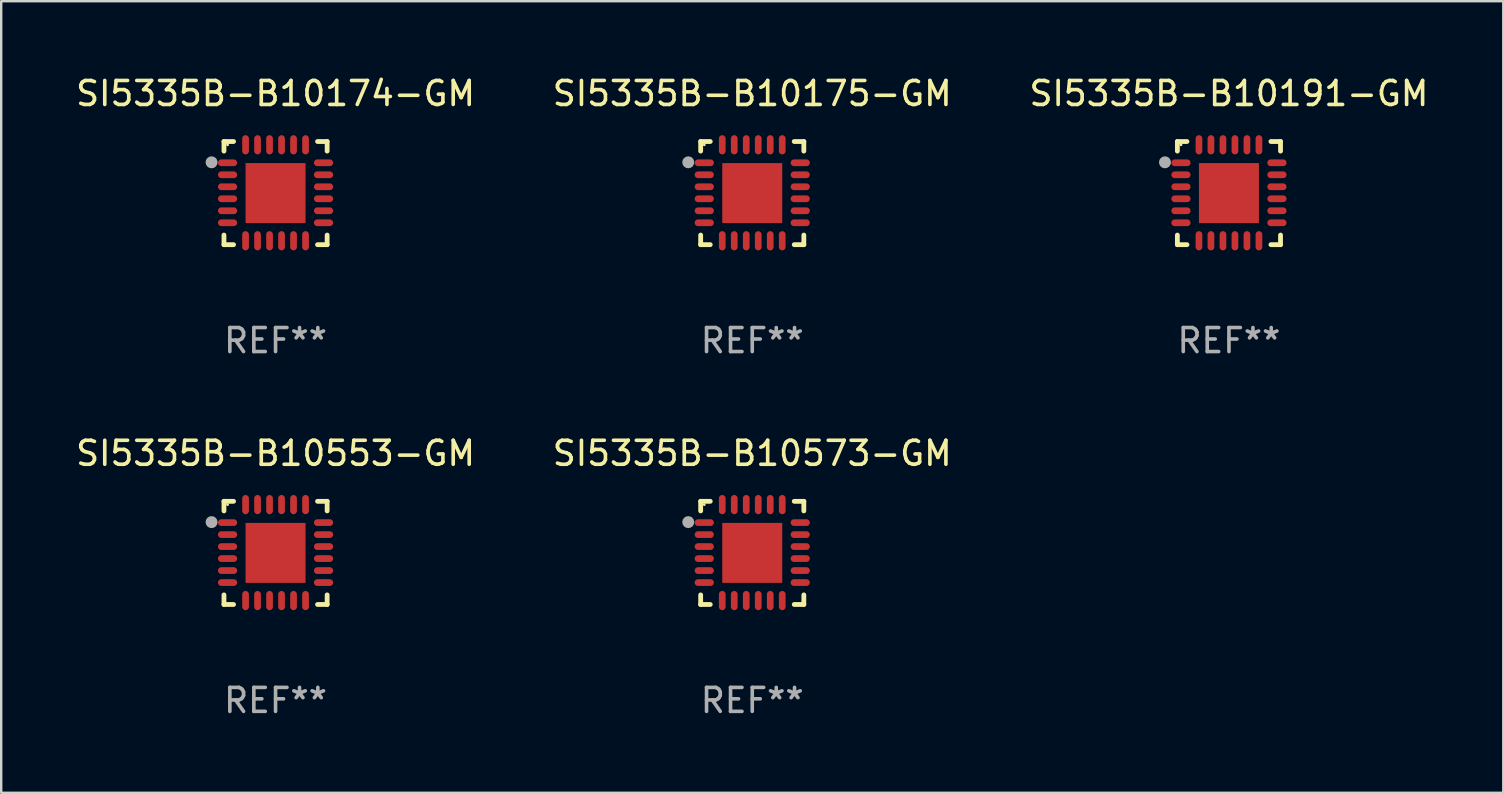
<source format=kicad_pcb>
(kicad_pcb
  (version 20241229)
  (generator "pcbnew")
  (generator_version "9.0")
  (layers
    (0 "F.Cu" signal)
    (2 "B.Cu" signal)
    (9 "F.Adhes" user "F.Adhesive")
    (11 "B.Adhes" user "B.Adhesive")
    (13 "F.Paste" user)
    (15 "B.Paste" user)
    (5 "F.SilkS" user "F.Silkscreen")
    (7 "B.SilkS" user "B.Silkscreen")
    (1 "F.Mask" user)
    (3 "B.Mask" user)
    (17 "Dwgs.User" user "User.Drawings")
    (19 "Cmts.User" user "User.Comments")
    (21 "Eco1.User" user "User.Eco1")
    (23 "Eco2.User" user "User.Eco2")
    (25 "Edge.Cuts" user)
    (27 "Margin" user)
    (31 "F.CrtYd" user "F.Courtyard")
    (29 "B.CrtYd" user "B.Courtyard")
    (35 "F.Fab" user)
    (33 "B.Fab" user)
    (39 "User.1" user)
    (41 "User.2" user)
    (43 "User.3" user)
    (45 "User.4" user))
  (footprint "SI5335B-B10191-GM"
    (layer "F.Cu")
    (at 48.173 4.998)
    (property "Reference" "SI5335B-B10191-GM" (at 0 -4.15 0) (layer "F.SilkS") (effects (font (size 1 1) (thickness 0.15))))
    (attr through_hole)
    (fp_line (start -2.15 -2.15) (end -1.75 -2.15) (stroke (width 0.2) (type solid)) (layer "F.SilkS"))
    (fp_line (start -2.15 -1.75) (end -2.15 -2.15) (stroke (width 0.2) (type solid)) (layer "F.SilkS"))
    (fp_line (start -2.15 2.15) (end -2.15 1.75) (stroke (width 0.2) (type solid)) (layer "F.SilkS"))
    (fp_line (start -1.75 2.15) (end -2.15 2.15) (stroke (width 0.2) (type solid)) (layer "F.SilkS"))
    (fp_line (start 1.75 -2.15) (end 2.15 -2.15) (stroke (width 0.2) (type solid)) (layer "F.SilkS"))
    (fp_line (start 1.75 2.15) (end 2.15 2.15) (stroke (width 0.2) (type solid)) (layer "F.SilkS"))
    (fp_line (start 2.15 -2.15) (end 2.15 -1.75) (stroke (width 0.2) (type solid)) (layer "F.SilkS"))
    (fp_line (start 2.15 2.15) (end 2.15 1.75) (stroke (width 0.2) (type solid)) (layer "F.SilkS"))
    (fp_circle (center -2 -2.013) (end -1.97 -2.013) (stroke (width 0.06) (type solid)) (fill no) (layer "F.SilkS"))
    (fp_circle (center -2.667 -1.283) (end -2.542 -1.283) (stroke (width 0.25) (type solid)) (fill no) (layer "F.Fab"))
    (fp_text user "REF**" (at 0 6.15 0) (layer "F.Fab") (effects (font (size 1 1) (thickness 0.15))))
    (pad "1" smd oval (at -2 -1.263) (size 0.8 0.28) (layers "F.Cu" "F.Mask" "F.Paste"))
    (pad "2" smd oval (at -2 -0.763) (size 0.8 0.28) (layers "F.Cu" "F.Mask" "F.Paste"))
    (pad "3" smd oval (at -2 -0.263) (size 0.8 0.28) (layers "F.Cu" "F.Mask" "F.Paste"))
    (pad "4" smd oval (at -2 0.237) (size 0.8 0.28) (layers "F.Cu" "F.Mask" "F.Paste"))
    (pad "5" smd oval (at -2 0.737) (size 0.8 0.28) (layers "F.Cu" "F.Mask" "F.Paste"))
    (pad "6" smd oval (at -2 1.237) (size 0.8 0.28) (layers "F.Cu" "F.Mask" "F.Paste"))
    (pad "7" smd oval (at -1.25 1.987) (size 0.28 0.8) (layers "F.Cu" "F.Mask" "F.Paste"))
    (pad "8" smd oval (at -0.75 1.987) (size 0.28 0.8) (layers "F.Cu" "F.Mask" "F.Paste"))
    (pad "9" smd oval (at -0.25 1.987) (size 0.28 0.8) (layers "F.Cu" "F.Mask" "F.Paste"))
    (pad "10" smd oval (at 0.25 1.987) (size 0.28 0.8) (layers "F.Cu" "F.Mask" "F.Paste"))
    (pad "11" smd oval (at 0.75 1.987) (size 0.28 0.8) (layers "F.Cu" "F.Mask" "F.Paste"))
    (pad "12" smd oval (at 1.25 1.987) (size 0.28 0.8) (layers "F.Cu" "F.Mask" "F.Paste"))
    (pad "13" smd oval (at 2 1.237) (size 0.8 0.28) (layers "F.Cu" "F.Mask" "F.Paste"))
    (pad "14" smd oval (at 2 0.737) (size 0.8 0.28) (layers "F.Cu" "F.Mask" "F.Paste"))
    (pad "15" smd oval (at 2 0.237) (size 0.8 0.28) (layers "F.Cu" "F.Mask" "F.Paste"))
    (pad "16" smd oval (at 2 -0.263) (size 0.8 0.28) (layers "F.Cu" "F.Mask" "F.Paste"))
    (pad "17" smd oval (at 2 -0.763) (size 0.8 0.28) (layers "F.Cu" "F.Mask" "F.Paste"))
    (pad "18" smd oval (at 2 -1.263) (size 0.8 0.28) (layers "F.Cu" "F.Mask" "F.Paste"))
    (pad "19" smd oval (at 1.25 -2.013) (size 0.28 0.8) (layers "F.Cu" "F.Mask" "F.Paste"))
    (pad "20" smd oval (at 0.75 -2.013) (size 0.28 0.8) (layers "F.Cu" "F.Mask" "F.Paste"))
    (pad "21" smd oval (at 0.25 -2.013) (size 0.28 0.8) (layers "F.Cu" "F.Mask" "F.Paste"))
    (pad "22" smd oval (at -0.25 -2.013) (size 0.28 0.8) (layers "F.Cu" "F.Mask" "F.Paste"))
    (pad "23" smd oval (at -0.75 -2.013) (size 0.28 0.8) (layers "F.Cu" "F.Mask" "F.Paste"))
    (pad "24" smd oval (at -1.25 -2.013) (size 0.28 0.8) (layers "F.Cu" "F.Mask" "F.Paste"))
    (pad "25" smd rect (at -0.000127 -0.00014) (size 2.5 2.5) (layers "F.Cu" "F.Mask" "F.Paste")))
  (footprint "SI5335B-B10175-GM"
    (layer "F.Cu")
    (at 28.304 4.998)
    (property "Reference" "SI5335B-B10175-GM" (at 0 -4.15 0) (layer "F.SilkS") (effects (font (size 1 1) (thickness 0.15))))
    (attr through_hole)
    (fp_line (start -2.15 -2.15) (end -1.75 -2.15) (stroke (width 0.2) (type solid)) (layer "F.SilkS"))
    (fp_line (start -2.15 -1.75) (end -2.15 -2.15) (stroke (width 0.2) (type solid)) (layer "F.SilkS"))
    (fp_line (start -2.15 2.15) (end -2.15 1.75) (stroke (width 0.2) (type solid)) (layer "F.SilkS"))
    (fp_line (start -1.75 2.15) (end -2.15 2.15) (stroke (width 0.2) (type solid)) (layer "F.SilkS"))
    (fp_line (start 1.75 -2.15) (end 2.15 -2.15) (stroke (width 0.2) (type solid)) (layer "F.SilkS"))
    (fp_line (start 1.75 2.15) (end 2.15 2.15) (stroke (width 0.2) (type solid)) (layer "F.SilkS"))
    (fp_line (start 2.15 -2.15) (end 2.15 -1.75) (stroke (width 0.2) (type solid)) (layer "F.SilkS"))
    (fp_line (start 2.15 2.15) (end 2.15 1.75) (stroke (width 0.2) (type solid)) (layer "F.SilkS"))
    (fp_circle (center -2 -2.013) (end -1.97 -2.013) (stroke (width 0.06) (type solid)) (fill no) (layer "F.SilkS"))
    (fp_circle (center -2.667 -1.283) (end -2.542 -1.283) (stroke (width 0.25) (type solid)) (fill no) (layer "F.Fab"))
    (fp_text user "REF**" (at 0 6.15 0) (layer "F.Fab") (effects (font (size 1 1) (thickness 0.15))))
    (pad "1" smd oval (at -2 -1.263) (size 0.8 0.28) (layers "F.Cu" "F.Mask" "F.Paste"))
    (pad "2" smd oval (at -2 -0.763) (size 0.8 0.28) (layers "F.Cu" "F.Mask" "F.Paste"))
    (pad "3" smd oval (at -2 -0.263) (size 0.8 0.28) (layers "F.Cu" "F.Mask" "F.Paste"))
    (pad "4" smd oval (at -2 0.237) (size 0.8 0.28) (layers "F.Cu" "F.Mask" "F.Paste"))
    (pad "5" smd oval (at -2 0.737) (size 0.8 0.28) (layers "F.Cu" "F.Mask" "F.Paste"))
    (pad "6" smd oval (at -2 1.237) (size 0.8 0.28) (layers "F.Cu" "F.Mask" "F.Paste"))
    (pad "7" smd oval (at -1.25 1.987) (size 0.28 0.8) (layers "F.Cu" "F.Mask" "F.Paste"))
    (pad "8" smd oval (at -0.75 1.987) (size 0.28 0.8) (layers "F.Cu" "F.Mask" "F.Paste"))
    (pad "9" smd oval (at -0.25 1.987) (size 0.28 0.8) (layers "F.Cu" "F.Mask" "F.Paste"))
    (pad "10" smd oval (at 0.25 1.987) (size 0.28 0.8) (layers "F.Cu" "F.Mask" "F.Paste"))
    (pad "11" smd oval (at 0.75 1.987) (size 0.28 0.8) (layers "F.Cu" "F.Mask" "F.Paste"))
    (pad "12" smd oval (at 1.25 1.987) (size 0.28 0.8) (layers "F.Cu" "F.Mask" "F.Paste"))
    (pad "13" smd oval (at 2 1.237) (size 0.8 0.28) (layers "F.Cu" "F.Mask" "F.Paste"))
    (pad "14" smd oval (at 2 0.737) (size 0.8 0.28) (layers "F.Cu" "F.Mask" "F.Paste"))
    (pad "15" smd oval (at 2 0.237) (size 0.8 0.28) (layers "F.Cu" "F.Mask" "F.Paste"))
    (pad "16" smd oval (at 2 -0.263) (size 0.8 0.28) (layers "F.Cu" "F.Mask" "F.Paste"))
    (pad "17" smd oval (at 2 -0.763) (size 0.8 0.28) (layers "F.Cu" "F.Mask" "F.Paste"))
    (pad "18" smd oval (at 2 -1.263) (size 0.8 0.28) (layers "F.Cu" "F.Mask" "F.Paste"))
    (pad "19" smd oval (at 1.25 -2.013) (size 0.28 0.8) (layers "F.Cu" "F.Mask" "F.Paste"))
    (pad "20" smd oval (at 0.75 -2.013) (size 0.28 0.8) (layers "F.Cu" "F.Mask" "F.Paste"))
    (pad "21" smd oval (at 0.25 -2.013) (size 0.28 0.8) (layers "F.Cu" "F.Mask" "F.Paste"))
    (pad "22" smd oval (at -0.25 -2.013) (size 0.28 0.8) (layers "F.Cu" "F.Mask" "F.Paste"))
    (pad "23" smd oval (at -0.75 -2.013) (size 0.28 0.8) (layers "F.Cu" "F.Mask" "F.Paste"))
    (pad "24" smd oval (at -1.25 -2.013) (size 0.28 0.8) (layers "F.Cu" "F.Mask" "F.Paste"))
    (pad "25" smd rect (at -0.000127 -0.00014) (size 2.5 2.5) (layers "F.Cu" "F.Mask" "F.Paste")))
  (footprint "SI5335B-B10174-GM"
    (layer "F.Cu")
    (at 8.435 4.998)
    (property "Reference" "SI5335B-B10174-GM" (at 0 -4.15 0) (layer "F.SilkS") (effects (font (size 1 1) (thickness 0.15))))
    (attr through_hole)
    (fp_line (start -2.15 -2.15) (end -1.75 -2.15) (stroke (width 0.2) (type solid)) (layer "F.SilkS"))
    (fp_line (start -2.15 -1.75) (end -2.15 -2.15) (stroke (width 0.2) (type solid)) (layer "F.SilkS"))
    (fp_line (start -2.15 2.15) (end -2.15 1.75) (stroke (width 0.2) (type solid)) (layer "F.SilkS"))
    (fp_line (start -1.75 2.15) (end -2.15 2.15) (stroke (width 0.2) (type solid)) (layer "F.SilkS"))
    (fp_line (start 1.75 -2.15) (end 2.15 -2.15) (stroke (width 0.2) (type solid)) (layer "F.SilkS"))
    (fp_line (start 1.75 2.15) (end 2.15 2.15) (stroke (width 0.2) (type solid)) (layer "F.SilkS"))
    (fp_line (start 2.15 -2.15) (end 2.15 -1.75) (stroke (width 0.2) (type solid)) (layer "F.SilkS"))
    (fp_line (start 2.15 2.15) (end 2.15 1.75) (stroke (width 0.2) (type solid)) (layer "F.SilkS"))
    (fp_circle (center -2 -2.013) (end -1.97 -2.013) (stroke (width 0.06) (type solid)) (fill no) (layer "F.SilkS"))
    (fp_circle (center -2.667 -1.283) (end -2.542 -1.283) (stroke (width 0.25) (type solid)) (fill no) (layer "F.Fab"))
    (fp_text user "REF**" (at 0 6.15 0) (layer "F.Fab") (effects (font (size 1 1) (thickness 0.15))))
    (pad "1" smd oval (at -2 -1.263) (size 0.8 0.28) (layers "F.Cu" "F.Mask" "F.Paste"))
    (pad "2" smd oval (at -2 -0.763) (size 0.8 0.28) (layers "F.Cu" "F.Mask" "F.Paste"))
    (pad "3" smd oval (at -2 -0.263) (size 0.8 0.28) (layers "F.Cu" "F.Mask" "F.Paste"))
    (pad "4" smd oval (at -2 0.237) (size 0.8 0.28) (layers "F.Cu" "F.Mask" "F.Paste"))
    (pad "5" smd oval (at -2 0.737) (size 0.8 0.28) (layers "F.Cu" "F.Mask" "F.Paste"))
    (pad "6" smd oval (at -2 1.237) (size 0.8 0.28) (layers "F.Cu" "F.Mask" "F.Paste"))
    (pad "7" smd oval (at -1.25 1.987) (size 0.28 0.8) (layers "F.Cu" "F.Mask" "F.Paste"))
    (pad "8" smd oval (at -0.75 1.987) (size 0.28 0.8) (layers "F.Cu" "F.Mask" "F.Paste"))
    (pad "9" smd oval (at -0.25 1.987) (size 0.28 0.8) (layers "F.Cu" "F.Mask" "F.Paste"))
    (pad "10" smd oval (at 0.25 1.987) (size 0.28 0.8) (layers "F.Cu" "F.Mask" "F.Paste"))
    (pad "11" smd oval (at 0.75 1.987) (size 0.28 0.8) (layers "F.Cu" "F.Mask" "F.Paste"))
    (pad "12" smd oval (at 1.25 1.987) (size 0.28 0.8) (layers "F.Cu" "F.Mask" "F.Paste"))
    (pad "13" smd oval (at 2 1.237) (size 0.8 0.28) (layers "F.Cu" "F.Mask" "F.Paste"))
    (pad "14" smd oval (at 2 0.737) (size 0.8 0.28) (layers "F.Cu" "F.Mask" "F.Paste"))
    (pad "15" smd oval (at 2 0.237) (size 0.8 0.28) (layers "F.Cu" "F.Mask" "F.Paste"))
    (pad "16" smd oval (at 2 -0.263) (size 0.8 0.28) (layers "F.Cu" "F.Mask" "F.Paste"))
    (pad "17" smd oval (at 2 -0.763) (size 0.8 0.28) (layers "F.Cu" "F.Mask" "F.Paste"))
    (pad "18" smd oval (at 2 -1.263) (size 0.8 0.28) (layers "F.Cu" "F.Mask" "F.Paste"))
    (pad "19" smd oval (at 1.25 -2.013) (size 0.28 0.8) (layers "F.Cu" "F.Mask" "F.Paste"))
    (pad "20" smd oval (at 0.75 -2.013) (size 0.28 0.8) (layers "F.Cu" "F.Mask" "F.Paste"))
    (pad "21" smd oval (at 0.25 -2.013) (size 0.28 0.8) (layers "F.Cu" "F.Mask" "F.Paste"))
    (pad "22" smd oval (at -0.25 -2.013) (size 0.28 0.8) (layers "F.Cu" "F.Mask" "F.Paste"))
    (pad "23" smd oval (at -0.75 -2.013) (size 0.28 0.8) (layers "F.Cu" "F.Mask" "F.Paste"))
    (pad "24" smd oval (at -1.25 -2.013) (size 0.28 0.8) (layers "F.Cu" "F.Mask" "F.Paste"))
    (pad "25" smd rect (at -0.000127 -0.00014) (size 2.5 2.5) (layers "F.Cu" "F.Mask" "F.Paste")))
  (footprint "SI5335B-B10553-GM"
    (layer "F.Cu")
    (at 8.435 19.995)
    (property "Reference" "SI5335B-B10553-GM" (at 0 -4.15 0) (layer "F.SilkS") (effects (font (size 1 1) (thickness 0.15))))
    (attr through_hole)
    (fp_line (start -2.15 -2.15) (end -1.75 -2.15) (stroke (width 0.2) (type solid)) (layer "F.SilkS"))
    (fp_line (start -2.15 -1.75) (end -2.15 -2.15) (stroke (width 0.2) (type solid)) (layer "F.SilkS"))
    (fp_line (start -2.15 2.15) (end -2.15 1.75) (stroke (width 0.2) (type solid)) (layer "F.SilkS"))
    (fp_line (start -1.75 2.15) (end -2.15 2.15) (stroke (width 0.2) (type solid)) (layer "F.SilkS"))
    (fp_line (start 1.75 -2.15) (end 2.15 -2.15) (stroke (width 0.2) (type solid)) (layer "F.SilkS"))
    (fp_line (start 1.75 2.15) (end 2.15 2.15) (stroke (width 0.2) (type solid)) (layer "F.SilkS"))
    (fp_line (start 2.15 -2.15) (end 2.15 -1.75) (stroke (width 0.2) (type solid)) (layer "F.SilkS"))
    (fp_line (start 2.15 2.15) (end 2.15 1.75) (stroke (width 0.2) (type solid)) (layer "F.SilkS"))
    (fp_circle (center -2 -2.013) (end -1.97 -2.013) (stroke (width 0.06) (type solid)) (fill no) (layer "F.SilkS"))
    (fp_circle (center -2.667 -1.283) (end -2.542 -1.283) (stroke (width 0.25) (type solid)) (fill no) (layer "F.Fab"))
    (fp_text user "REF**" (at 0 6.15 0) (layer "F.Fab") (effects (font (size 1 1) (thickness 0.15))))
    (pad "1" smd oval (at -2 -1.263) (size 0.8 0.28) (layers "F.Cu" "F.Mask" "F.Paste"))
    (pad "2" smd oval (at -2 -0.763) (size 0.8 0.28) (layers "F.Cu" "F.Mask" "F.Paste"))
    (pad "3" smd oval (at -2 -0.263) (size 0.8 0.28) (layers "F.Cu" "F.Mask" "F.Paste"))
    (pad "4" smd oval (at -2 0.237) (size 0.8 0.28) (layers "F.Cu" "F.Mask" "F.Paste"))
    (pad "5" smd oval (at -2 0.737) (size 0.8 0.28) (layers "F.Cu" "F.Mask" "F.Paste"))
    (pad "6" smd oval (at -2 1.237) (size 0.8 0.28) (layers "F.Cu" "F.Mask" "F.Paste"))
    (pad "7" smd oval (at -1.25 1.987) (size 0.28 0.8) (layers "F.Cu" "F.Mask" "F.Paste"))
    (pad "8" smd oval (at -0.75 1.987) (size 0.28 0.8) (layers "F.Cu" "F.Mask" "F.Paste"))
    (pad "9" smd oval (at -0.25 1.987) (size 0.28 0.8) (layers "F.Cu" "F.Mask" "F.Paste"))
    (pad "10" smd oval (at 0.25 1.987) (size 0.28 0.8) (layers "F.Cu" "F.Mask" "F.Paste"))
    (pad "11" smd oval (at 0.75 1.987) (size 0.28 0.8) (layers "F.Cu" "F.Mask" "F.Paste"))
    (pad "12" smd oval (at 1.25 1.987) (size 0.28 0.8) (layers "F.Cu" "F.Mask" "F.Paste"))
    (pad "13" smd oval (at 2 1.237) (size 0.8 0.28) (layers "F.Cu" "F.Mask" "F.Paste"))
    (pad "14" smd oval (at 2 0.737) (size 0.8 0.28) (layers "F.Cu" "F.Mask" "F.Paste"))
    (pad "15" smd oval (at 2 0.237) (size 0.8 0.28) (layers "F.Cu" "F.Mask" "F.Paste"))
    (pad "16" smd oval (at 2 -0.263) (size 0.8 0.28) (layers "F.Cu" "F.Mask" "F.Paste"))
    (pad "17" smd oval (at 2 -0.763) (size 0.8 0.28) (layers "F.Cu" "F.Mask" "F.Paste"))
    (pad "18" smd oval (at 2 -1.263) (size 0.8 0.28) (layers "F.Cu" "F.Mask" "F.Paste"))
    (pad "19" smd oval (at 1.25 -2.013) (size 0.28 0.8) (layers "F.Cu" "F.Mask" "F.Paste"))
    (pad "20" smd oval (at 0.75 -2.013) (size 0.28 0.8) (layers "F.Cu" "F.Mask" "F.Paste"))
    (pad "21" smd oval (at 0.25 -2.013) (size 0.28 0.8) (layers "F.Cu" "F.Mask" "F.Paste"))
    (pad "22" smd oval (at -0.25 -2.013) (size 0.28 0.8) (layers "F.Cu" "F.Mask" "F.Paste"))
    (pad "23" smd oval (at -0.75 -2.013) (size 0.28 0.8) (layers "F.Cu" "F.Mask" "F.Paste"))
    (pad "24" smd oval (at -1.25 -2.013) (size 0.28 0.8) (layers "F.Cu" "F.Mask" "F.Paste"))
    (pad "25" smd rect (at -0.000127 -0.00014) (size 2.5 2.5) (layers "F.Cu" "F.Mask" "F.Paste")))
  (footprint "SI5335B-B10573-GM"
    (layer "F.Cu")
    (at 28.304 19.995)
    (property "Reference" "SI5335B-B10573-GM" (at 0 -4.15 0) (layer "F.SilkS") (effects (font (size 1 1) (thickness 0.15))))
    (attr through_hole)
    (fp_line (start -2.15 -2.15) (end -1.75 -2.15) (stroke (width 0.2) (type solid)) (layer "F.SilkS"))
    (fp_line (start -2.15 -1.75) (end -2.15 -2.15) (stroke (width 0.2) (type solid)) (layer "F.SilkS"))
    (fp_line (start -2.15 2.15) (end -2.15 1.75) (stroke (width 0.2) (type solid)) (layer "F.SilkS"))
    (fp_line (start -1.75 2.15) (end -2.15 2.15) (stroke (width 0.2) (type solid)) (layer "F.SilkS"))
    (fp_line (start 1.75 -2.15) (end 2.15 -2.15) (stroke (width 0.2) (type solid)) (layer "F.SilkS"))
    (fp_line (start 1.75 2.15) (end 2.15 2.15) (stroke (width 0.2) (type solid)) (layer "F.SilkS"))
    (fp_line (start 2.15 -2.15) (end 2.15 -1.75) (stroke (width 0.2) (type solid)) (layer "F.SilkS"))
    (fp_line (start 2.15 2.15) (end 2.15 1.75) (stroke (width 0.2) (type solid)) (layer "F.SilkS"))
    (fp_circle (center -2 -2.013) (end -1.97 -2.013) (stroke (width 0.06) (type solid)) (fill no) (layer "F.SilkS"))
    (fp_circle (center -2.667 -1.283) (end -2.542 -1.283) (stroke (width 0.25) (type solid)) (fill no) (layer "F.Fab"))
    (fp_text user "REF**" (at 0 6.15 0) (layer "F.Fab") (effects (font (size 1 1) (thickness 0.15))))
    (pad "1" smd oval (at -2 -1.263) (size 0.8 0.28) (layers "F.Cu" "F.Mask" "F.Paste"))
    (pad "2" smd oval (at -2 -0.763) (size 0.8 0.28) (layers "F.Cu" "F.Mask" "F.Paste"))
    (pad "3" smd oval (at -2 -0.263) (size 0.8 0.28) (layers "F.Cu" "F.Mask" "F.Paste"))
    (pad "4" smd oval (at -2 0.237) (size 0.8 0.28) (layers "F.Cu" "F.Mask" "F.Paste"))
    (pad "5" smd oval (at -2 0.737) (size 0.8 0.28) (layers "F.Cu" "F.Mask" "F.Paste"))
    (pad "6" smd oval (at -2 1.237) (size 0.8 0.28) (layers "F.Cu" "F.Mask" "F.Paste"))
    (pad "7" smd oval (at -1.25 1.987) (size 0.28 0.8) (layers "F.Cu" "F.Mask" "F.Paste"))
    (pad "8" smd oval (at -0.75 1.987) (size 0.28 0.8) (layers "F.Cu" "F.Mask" "F.Paste"))
    (pad "9" smd oval (at -0.25 1.987) (size 0.28 0.8) (layers "F.Cu" "F.Mask" "F.Paste"))
    (pad "10" smd oval (at 0.25 1.987) (size 0.28 0.8) (layers "F.Cu" "F.Mask" "F.Paste"))
    (pad "11" smd oval (at 0.75 1.987) (size 0.28 0.8) (layers "F.Cu" "F.Mask" "F.Paste"))
    (pad "12" smd oval (at 1.25 1.987) (size 0.28 0.8) (layers "F.Cu" "F.Mask" "F.Paste"))
    (pad "13" smd oval (at 2 1.237) (size 0.8 0.28) (layers "F.Cu" "F.Mask" "F.Paste"))
    (pad "14" smd oval (at 2 0.737) (size 0.8 0.28) (layers "F.Cu" "F.Mask" "F.Paste"))
    (pad "15" smd oval (at 2 0.237) (size 0.8 0.28) (layers "F.Cu" "F.Mask" "F.Paste"))
    (pad "16" smd oval (at 2 -0.263) (size 0.8 0.28) (layers "F.Cu" "F.Mask" "F.Paste"))
    (pad "17" smd oval (at 2 -0.763) (size 0.8 0.28) (layers "F.Cu" "F.Mask" "F.Paste"))
    (pad "18" smd oval (at 2 -1.263) (size 0.8 0.28) (layers "F.Cu" "F.Mask" "F.Paste"))
    (pad "19" smd oval (at 1.25 -2.013) (size 0.28 0.8) (layers "F.Cu" "F.Mask" "F.Paste"))
    (pad "20" smd oval (at 0.75 -2.013) (size 0.28 0.8) (layers "F.Cu" "F.Mask" "F.Paste"))
    (pad "21" smd oval (at 0.25 -2.013) (size 0.28 0.8) (layers "F.Cu" "F.Mask" "F.Paste"))
    (pad "22" smd oval (at -0.25 -2.013) (size 0.28 0.8) (layers "F.Cu" "F.Mask" "F.Paste"))
    (pad "23" smd oval (at -0.75 -2.013) (size 0.28 0.8) (layers "F.Cu" "F.Mask" "F.Paste"))
    (pad "24" smd oval (at -1.25 -2.013) (size 0.28 0.8) (layers "F.Cu" "F.Mask" "F.Paste"))
    (pad "25" smd rect (at -0.000127 -0.00014) (size 2.5 2.5) (layers "F.Cu" "F.Mask" "F.Paste")))
  (gr_rect
    (start -3 -3)
    (end 59.607 29.993)
    (stroke (width 0.1) (type default))
    (fill no)
    (layer "Edge.Cuts")))
</source>
